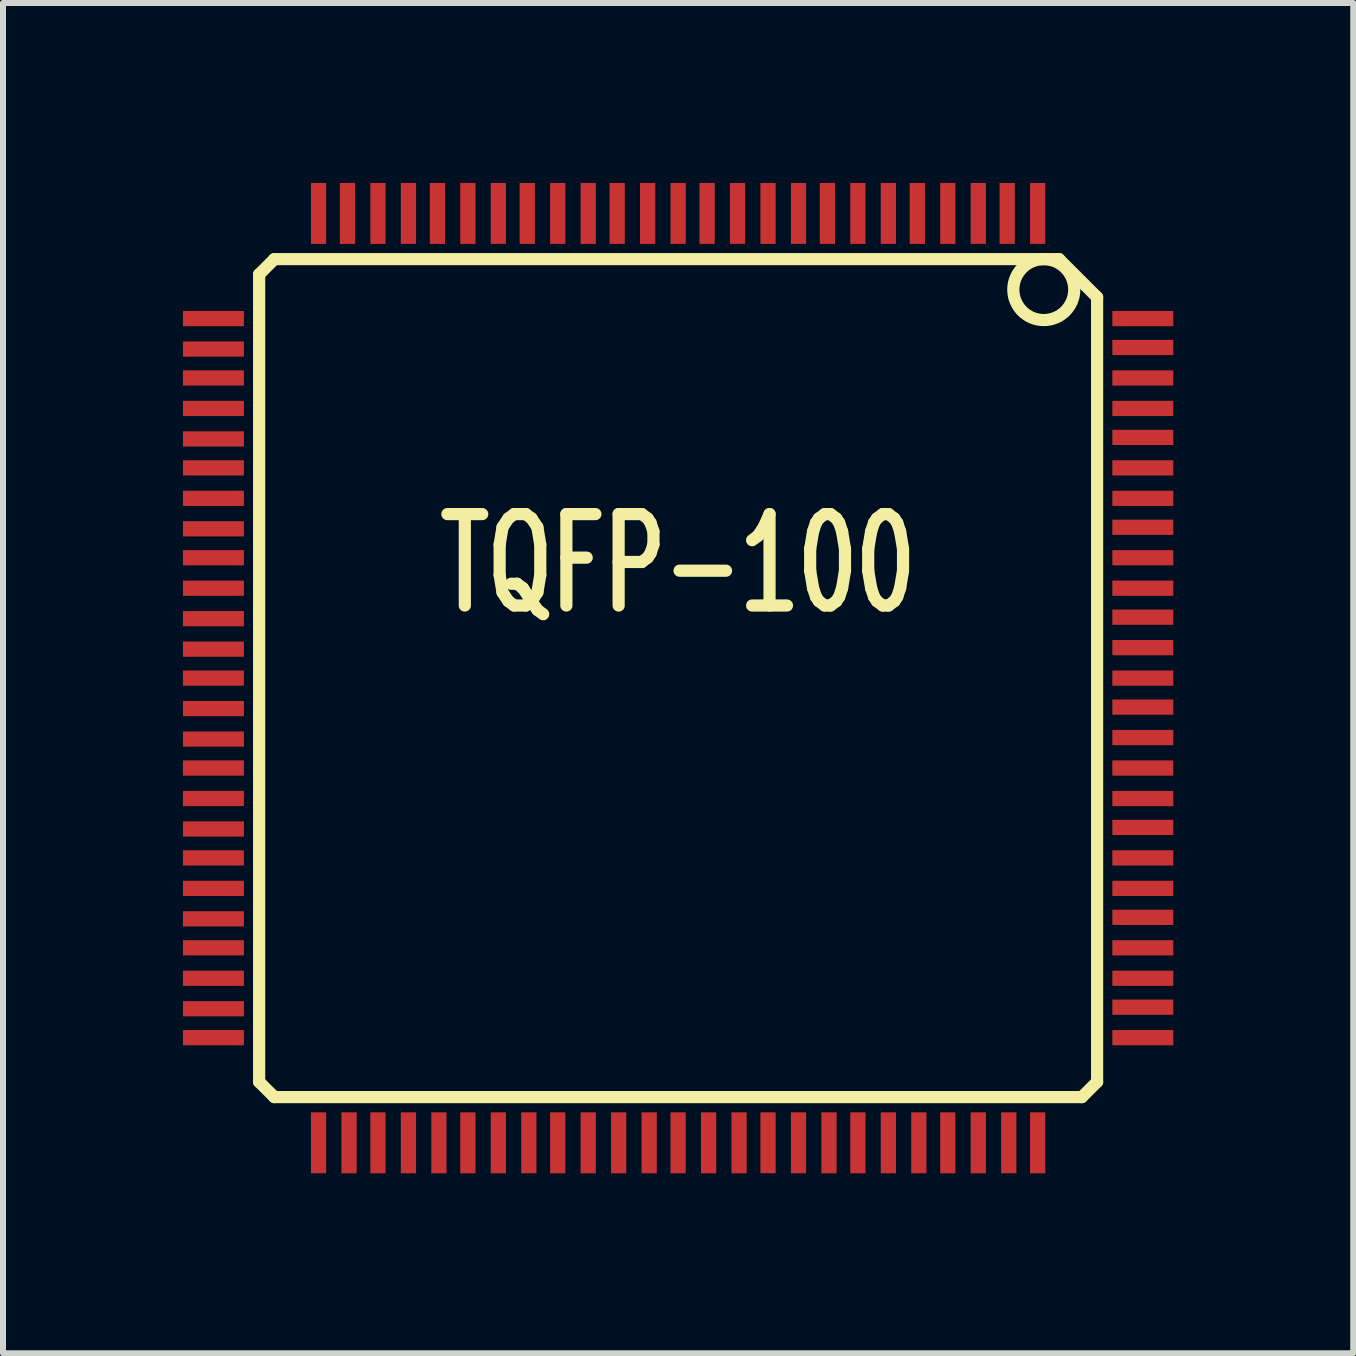
<source format=kicad_pcb>
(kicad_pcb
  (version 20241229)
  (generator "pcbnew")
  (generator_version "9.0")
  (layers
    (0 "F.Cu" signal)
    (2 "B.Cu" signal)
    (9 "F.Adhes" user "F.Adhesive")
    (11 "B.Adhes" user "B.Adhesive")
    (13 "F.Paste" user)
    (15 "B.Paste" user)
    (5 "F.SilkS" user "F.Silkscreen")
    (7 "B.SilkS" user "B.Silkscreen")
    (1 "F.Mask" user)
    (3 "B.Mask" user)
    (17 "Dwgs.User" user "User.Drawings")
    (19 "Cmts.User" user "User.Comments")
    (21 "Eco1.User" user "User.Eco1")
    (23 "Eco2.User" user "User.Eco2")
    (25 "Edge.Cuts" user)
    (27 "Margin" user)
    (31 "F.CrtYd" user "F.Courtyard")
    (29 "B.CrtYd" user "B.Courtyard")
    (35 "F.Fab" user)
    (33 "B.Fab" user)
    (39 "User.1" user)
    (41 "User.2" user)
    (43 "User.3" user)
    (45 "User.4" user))
  (footprint "TQFP-100"
    (layer "F.Cu")
    (at 8.255 8.255)
    (property "Reference" "TQFP-100" (at 0 -1.905 0) (layer "F.SilkS") (effects (font (size 1.524 1.016) (thickness 0.203))))
    (attr smd)
    (fp_line (start -6.985 -6.731) (end -6.985 6.731) (stroke (width 0.203) (type solid)) (layer "F.SilkS"))
    (fp_line (start -6.985 -6.731) (end -6.731 -6.985) (stroke (width 0.203) (type solid)) (layer "F.SilkS"))
    (fp_line (start -6.985 6.731) (end -6.731 6.985) (stroke (width 0.203) (type solid)) (layer "F.SilkS"))
    (fp_line (start -6.731 6.985) (end 6.731 6.985) (stroke (width 0.203) (type solid)) (layer "F.SilkS"))
    (fp_line (start 6.35 -6.985) (end -6.731 -6.985) (stroke (width 0.203) (type solid)) (layer "F.SilkS"))
    (fp_line (start 6.731 6.985) (end 6.985 6.731) (stroke (width 0.203) (type solid)) (layer "F.SilkS"))
    (fp_line (start 6.985 -6.35) (end 6.35 -6.985) (stroke (width 0.203) (type solid)) (layer "F.SilkS"))
    (fp_line (start 6.985 6.731) (end 6.985 -6.35) (stroke (width 0.203) (type solid)) (layer "F.SilkS"))
    (fp_circle (center 6.096 -6.477) (end 6.096 -6.985) (stroke (width 0.203) (type solid)) (fill no) (layer "F.SilkS"))
    (pad "1" smd rect (at 5.994 -7.747) (size 0.254 1.016) (layers "F.Cu" "F.Mask" "F.Paste"))
    (pad "2" smd rect (at 5.486 -7.747) (size 0.254 1.016) (layers "F.Cu" "F.Mask" "F.Paste"))
    (pad "3" smd rect (at 5.004 -7.747) (size 0.254 1.016) (layers "F.Cu" "F.Mask" "F.Paste"))
    (pad "4" smd rect (at 4.496 -7.747) (size 0.254 1.016) (layers "F.Cu" "F.Mask" "F.Paste"))
    (pad "5" smd rect (at 3.988 -7.747) (size 0.254 1.016) (layers "F.Cu" "F.Mask" "F.Paste"))
    (pad "6" smd rect (at 3.505 -7.747) (size 0.254 1.016) (layers "F.Cu" "F.Mask" "F.Paste"))
    (pad "7" smd rect (at 2.997 -7.747) (size 0.254 1.016) (layers "F.Cu" "F.Mask" "F.Paste"))
    (pad "8" smd rect (at 2.489 -7.747) (size 0.254 1.016) (layers "F.Cu" "F.Mask" "F.Paste"))
    (pad "9" smd rect (at 2.007 -7.747) (size 0.254 1.016) (layers "F.Cu" "F.Mask" "F.Paste"))
    (pad "10" smd rect (at 1.499 -7.747) (size 0.254 1.016) (layers "F.Cu" "F.Mask" "F.Paste"))
    (pad "11" smd rect (at 0.991 -7.747) (size 0.254 1.016) (layers "F.Cu" "F.Mask" "F.Paste"))
    (pad "12" smd rect (at 0.483 -7.747) (size 0.254 1.016) (layers "F.Cu" "F.Mask" "F.Paste"))
    (pad "13" smd rect (at 0 -7.747) (size 0.254 1.016) (layers "F.Cu" "F.Mask" "F.Paste"))
    (pad "14" smd rect (at -0.508 -7.747) (size 0.254 1.016) (layers "F.Cu" "F.Mask" "F.Paste"))
    (pad "15" smd rect (at -1.016 -7.747) (size 0.254 1.016) (layers "F.Cu" "F.Mask" "F.Paste"))
    (pad "16" smd rect (at -1.499 -7.747) (size 0.254 1.016) (layers "F.Cu" "F.Mask" "F.Paste"))
    (pad "17" smd rect (at -2.007 -7.747) (size 0.254 1.016) (layers "F.Cu" "F.Mask" "F.Paste"))
    (pad "18" smd rect (at -2.515 -7.747) (size 0.254 1.016) (layers "F.Cu" "F.Mask" "F.Paste"))
    (pad "19" smd rect (at -2.997 -7.747) (size 0.254 1.016) (layers "F.Cu" "F.Mask" "F.Paste"))
    (pad "20" smd rect (at -3.505 -7.747) (size 0.254 1.016) (layers "F.Cu" "F.Mask" "F.Paste"))
    (pad "21" smd rect (at -4.013 -7.747) (size 0.254 1.016) (layers "F.Cu" "F.Mask" "F.Paste"))
    (pad "22" smd rect (at -4.496 -7.747) (size 0.254 1.016) (layers "F.Cu" "F.Mask" "F.Paste"))
    (pad "23" smd rect (at -5.004 -7.747) (size 0.254 1.016) (layers "F.Cu" "F.Mask" "F.Paste"))
    (pad "24" smd rect (at -5.512 -7.747) (size 0.254 1.016) (layers "F.Cu" "F.Mask" "F.Paste"))
    (pad "25" smd rect (at -5.994 -7.747) (size 0.254 1.016) (layers "F.Cu" "F.Mask" "F.Paste"))
    (pad "26" smd rect (at -7.747 -5.994) (size 1.016 0.254) (layers "F.Cu" "F.Mask" "F.Paste"))
    (pad "27" smd rect (at -7.747 -5.486) (size 1.016 0.254) (layers "F.Cu" "F.Mask" "F.Paste"))
    (pad "28" smd rect (at -7.747 -5.004) (size 1.016 0.254) (layers "F.Cu" "F.Mask" "F.Paste"))
    (pad "29" smd rect (at -7.747 -4.496) (size 1.016 0.254) (layers "F.Cu" "F.Mask" "F.Paste"))
    (pad "30" smd rect (at -7.747 -3.988) (size 1.016 0.254) (layers "F.Cu" "F.Mask" "F.Paste"))
    (pad "31" smd rect (at -7.747 -3.505) (size 1.016 0.254) (layers "F.Cu" "F.Mask" "F.Paste"))
    (pad "32" smd rect (at -7.747 -2.997) (size 1.016 0.254) (layers "F.Cu" "F.Mask" "F.Paste"))
    (pad "33" smd rect (at -7.747 -2.489) (size 1.016 0.254) (layers "F.Cu" "F.Mask" "F.Paste"))
    (pad "34" smd rect (at -7.747 -2.007) (size 1.016 0.254) (layers "F.Cu" "F.Mask" "F.Paste"))
    (pad "35" smd rect (at -7.747 -1.499) (size 1.016 0.254) (layers "F.Cu" "F.Mask" "F.Paste"))
    (pad "36" smd rect (at -7.747 -0.991) (size 1.016 0.254) (layers "F.Cu" "F.Mask" "F.Paste"))
    (pad "37" smd rect (at -7.747 -0.483) (size 1.016 0.254) (layers "F.Cu" "F.Mask" "F.Paste"))
    (pad "38" smd rect (at -7.747 0) (size 1.016 0.254) (layers "F.Cu" "F.Mask" "F.Paste"))
    (pad "39" smd rect (at -7.747 0.508) (size 1.016 0.254) (layers "F.Cu" "F.Mask" "F.Paste"))
    (pad "40" smd rect (at -7.747 1.016) (size 1.016 0.254) (layers "F.Cu" "F.Mask" "F.Paste"))
    (pad "41" smd rect (at -7.747 1.499) (size 1.016 0.254) (layers "F.Cu" "F.Mask" "F.Paste"))
    (pad "42" smd rect (at -7.747 2.007) (size 1.016 0.254) (layers "F.Cu" "F.Mask" "F.Paste"))
    (pad "43" smd rect (at -7.747 2.515) (size 1.016 0.254) (layers "F.Cu" "F.Mask" "F.Paste"))
    (pad "44" smd rect (at -7.747 2.997) (size 1.016 0.254) (layers "F.Cu" "F.Mask" "F.Paste"))
    (pad "45" smd rect (at -7.747 3.505) (size 1.016 0.254) (layers "F.Cu" "F.Mask" "F.Paste"))
    (pad "46" smd rect (at -7.747 4.013) (size 1.016 0.254) (layers "F.Cu" "F.Mask" "F.Paste"))
    (pad "47" smd rect (at -7.747 4.496) (size 1.016 0.254) (layers "F.Cu" "F.Mask" "F.Paste"))
    (pad "48" smd rect (at -7.747 5.004) (size 1.016 0.254) (layers "F.Cu" "F.Mask" "F.Paste"))
    (pad "49" smd rect (at -7.747 5.512) (size 1.016 0.254) (layers "F.Cu" "F.Mask" "F.Paste"))
    (pad "50" smd rect (at -7.747 5.994) (size 1.016 0.254) (layers "F.Cu" "F.Mask" "F.Paste"))
    (pad "51" smd rect (at -5.994 7.747) (size 0.254 1.016) (layers "F.Cu" "F.Mask" "F.Paste"))
    (pad "52" smd rect (at -5.486 7.747) (size 0.254 1.016) (layers "F.Cu" "F.Mask" "F.Paste"))
    (pad "53" smd rect (at -5.004 7.747) (size 0.254 1.016) (layers "F.Cu" "F.Mask" "F.Paste"))
    (pad "54" smd rect (at -4.496 7.747) (size 0.254 1.016) (layers "F.Cu" "F.Mask" "F.Paste"))
    (pad "55" smd rect (at -3.988 7.747) (size 0.254 1.016) (layers "F.Cu" "F.Mask" "F.Paste"))
    (pad "56" smd rect (at -3.505 7.747) (size 0.254 1.016) (layers "F.Cu" "F.Mask" "F.Paste"))
    (pad "57" smd rect (at -2.997 7.747) (size 0.254 1.016) (layers "F.Cu" "F.Mask" "F.Paste"))
    (pad "58" smd rect (at -2.489 7.747) (size 0.254 1.016) (layers "F.Cu" "F.Mask" "F.Paste"))
    (pad "59" smd rect (at -2.007 7.747) (size 0.254 1.016) (layers "F.Cu" "F.Mask" "F.Paste"))
    (pad "60" smd rect (at -1.499 7.747) (size 0.254 1.016) (layers "F.Cu" "F.Mask" "F.Paste"))
    (pad "61" smd rect (at -0.991 7.747) (size 0.254 1.016) (layers "F.Cu" "F.Mask" "F.Paste"))
    (pad "62" smd rect (at -0.483 7.747) (size 0.254 1.016) (layers "F.Cu" "F.Mask" "F.Paste"))
    (pad "63" smd rect (at 0 7.747) (size 0.254 1.016) (layers "F.Cu" "F.Mask" "F.Paste"))
    (pad "64" smd rect (at 0.508 7.747) (size 0.254 1.016) (layers "F.Cu" "F.Mask" "F.Paste"))
    (pad "65" smd rect (at 1.016 7.747) (size 0.254 1.016) (layers "F.Cu" "F.Mask" "F.Paste"))
    (pad "66" smd rect (at 1.499 7.747) (size 0.254 1.016) (layers "F.Cu" "F.Mask" "F.Paste"))
    (pad "67" smd rect (at 2.007 7.747) (size 0.254 1.016) (layers "F.Cu" "F.Mask" "F.Paste"))
    (pad "68" smd rect (at 2.515 7.747) (size 0.254 1.016) (layers "F.Cu" "F.Mask" "F.Paste"))
    (pad "69" smd rect (at 2.997 7.747) (size 0.254 1.016) (layers "F.Cu" "F.Mask" "F.Paste"))
    (pad "70" smd rect (at 3.505 7.747) (size 0.254 1.016) (layers "F.Cu" "F.Mask" "F.Paste"))
    (pad "71" smd rect (at 4.013 7.747) (size 0.254 1.016) (layers "F.Cu" "F.Mask" "F.Paste"))
    (pad "72" smd rect (at 4.496 7.747) (size 0.254 1.016) (layers "F.Cu" "F.Mask" "F.Paste"))
    (pad "73" smd rect (at 5.004 7.747) (size 0.254 1.016) (layers "F.Cu" "F.Mask" "F.Paste"))
    (pad "74" smd rect (at 5.512 7.747) (size 0.254 1.016) (layers "F.Cu" "F.Mask" "F.Paste"))
    (pad "75" smd rect (at 5.994 7.747) (size 0.254 1.016) (layers "F.Cu" "F.Mask" "F.Paste"))
    (pad "76" smd rect (at 7.747 5.994) (size 1.016 0.254) (layers "F.Cu" "F.Mask" "F.Paste"))
    (pad "77" smd rect (at 7.747 5.486) (size 1.016 0.254) (layers "F.Cu" "F.Mask" "F.Paste"))
    (pad "78" smd rect (at 7.747 5.004) (size 1.016 0.254) (layers "F.Cu" "F.Mask" "F.Paste"))
    (pad "79" smd rect (at 7.747 4.496) (size 1.016 0.254) (layers "F.Cu" "F.Mask" "F.Paste"))
    (pad "80" smd rect (at 7.747 3.988) (size 1.016 0.254) (layers "F.Cu" "F.Mask" "F.Paste"))
    (pad "81" smd rect (at 7.747 3.505) (size 1.016 0.254) (layers "F.Cu" "F.Mask" "F.Paste"))
    (pad "82" smd rect (at 7.747 2.997) (size 1.016 0.254) (layers "F.Cu" "F.Mask" "F.Paste"))
    (pad "83" smd rect (at 7.747 2.489) (size 1.016 0.254) (layers "F.Cu" "F.Mask" "F.Paste"))
    (pad "84" smd rect (at 7.747 2.007) (size 1.016 0.254) (layers "F.Cu" "F.Mask" "F.Paste"))
    (pad "85" smd rect (at 7.747 1.499) (size 1.016 0.254) (layers "F.Cu" "F.Mask" "F.Paste"))
    (pad "86" smd rect (at 7.747 0.991) (size 1.016 0.254) (layers "F.Cu" "F.Mask" "F.Paste"))
    (pad "87" smd rect (at 7.747 0.483) (size 1.016 0.254) (layers "F.Cu" "F.Mask" "F.Paste"))
    (pad "88" smd rect (at 7.747 0) (size 1.016 0.254) (layers "F.Cu" "F.Mask" "F.Paste"))
    (pad "89" smd rect (at 7.747 -0.508) (size 1.016 0.254) (layers "F.Cu" "F.Mask" "F.Paste"))
    (pad "90" smd rect (at 7.747 -1.016) (size 1.016 0.254) (layers "F.Cu" "F.Mask" "F.Paste"))
    (pad "91" smd rect (at 7.747 -1.499) (size 1.016 0.254) (layers "F.Cu" "F.Mask" "F.Paste"))
    (pad "92" smd rect (at 7.747 -2.007) (size 1.016 0.254) (layers "F.Cu" "F.Mask" "F.Paste"))
    (pad "93" smd rect (at 7.747 -2.515) (size 1.016 0.254) (layers "F.Cu" "F.Mask" "F.Paste"))
    (pad "94" smd rect (at 7.747 -2.997) (size 1.016 0.254) (layers "F.Cu" "F.Mask" "F.Paste"))
    (pad "95" smd rect (at 7.747 -3.505) (size 1.016 0.254) (layers "F.Cu" "F.Mask" "F.Paste"))
    (pad "96" smd rect (at 7.747 -4.013) (size 1.016 0.254) (layers "F.Cu" "F.Mask" "F.Paste"))
    (pad "97" smd rect (at 7.747 -4.496) (size 1.016 0.254) (layers "F.Cu" "F.Mask" "F.Paste"))
    (pad "98" smd rect (at 7.747 -5.004) (size 1.016 0.254) (layers "F.Cu" "F.Mask" "F.Paste"))
    (pad "99" smd rect (at 7.747 -5.512) (size 1.016 0.254) (layers "F.Cu" "F.Mask" "F.Paste"))
    (pad "100" smd rect (at 7.747 -5.994) (size 1.016 0.254) (layers "F.Cu" "F.Mask" "F.Paste")))
  (gr_rect
    (start -3 -3)
    (end 19.51 19.51)
    (stroke (width 0.1) (type default))
    (fill no)
    (layer "Edge.Cuts")))
</source>
